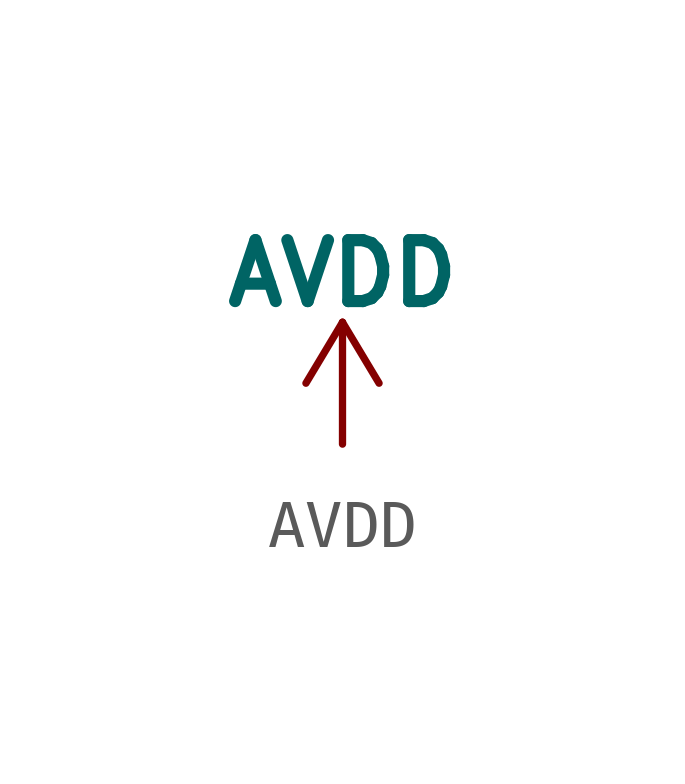
<source format=kicad_sym>
(kicad_symbol_lib
  (version 20231120)
  (generator "kicad_symbol_editor")
  (generator_version "8.0")
  (symbol "AVDD"
    (power)
    (pin_names
      (offset 0))
    (property "Reference" "#PWR"
      (at 0 -3.81 0)
      (effects (font (size 1.27 1.27)) (hide yes)))
    (property "Value" "AVDD"
      (at 0 3.556 0)
      (effects (font (size 1.27 1.27) (bold yes))))
    (symbol "AVDD_0_1"
      (polyline (pts (xy -0.762 1.27) (xy 0 2.54)) (stroke (width 0) (type solid)) (fill (type none)))
      (polyline (pts (xy 0 0) (xy 0 2.54)) (stroke (width 0) (type solid)) (fill (type none)))
      (polyline (pts (xy 0 2.54) (xy 0.762 1.27)) (stroke (width 0) (type solid)) (fill (type none))))
    (symbol "AVDD_1_1"
      (pin power_in line (at 0 0 90) (length 0) hide (name "AVDD" (effects (font (size 1.27 1.27)))) (number "1" (effects (font (size 1.27 1.27))))))))
</source>
